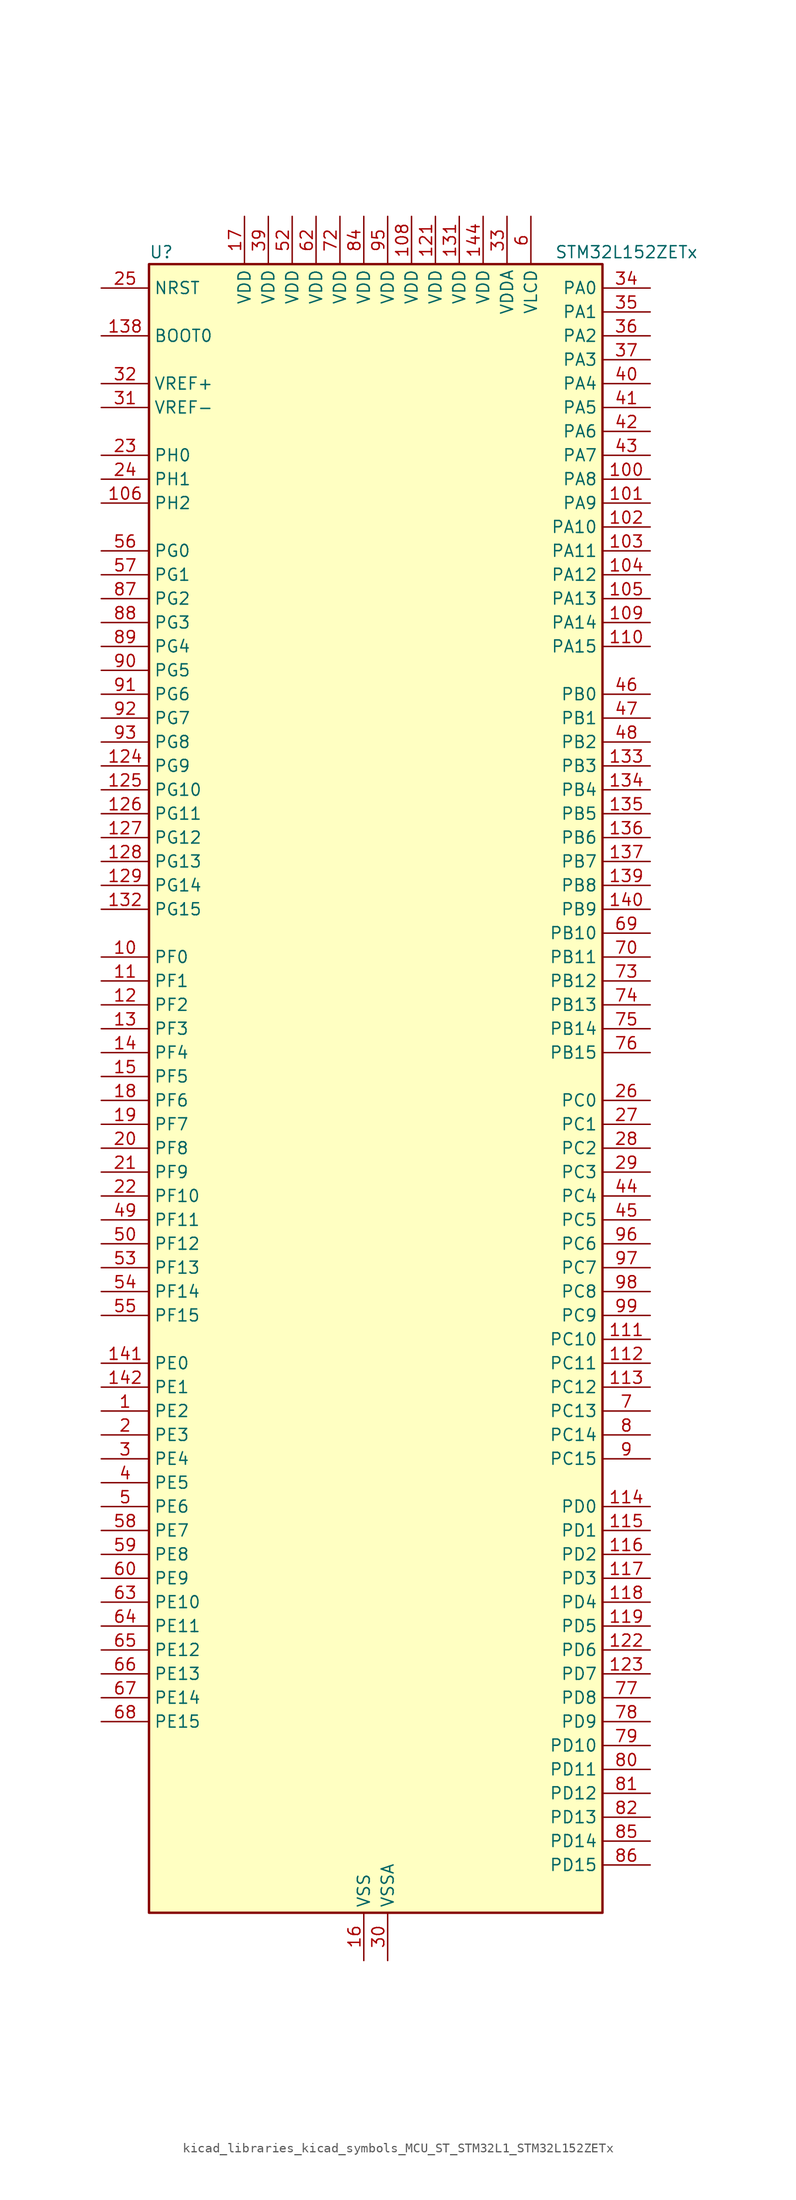
<source format=kicad_sym>
(kicad_symbol_lib
  (version 20220914)
  (generator kicad_symbol_editor)
  (symbol "kicad_libraries_kicad_symbols_MCU_ST_STM32L1_STM32L152ZETx"
    (property "Reference" "U"
      (at -22.86 90.17 0)
      (effects (font (size 1.27 1.27)) (justify left)))
    (property "Value" "STM32L152ZETx"
      (at 20.32 90.17 0)
      (effects (font (size 1.27 1.27)) (justify left)))
    (property "ki_locked" ""
      (at 0 0 0)
      (effects (font (size 1.27 1.27))))
    (symbol "kicad_libraries_kicad_symbols_MCU_ST_STM32L1_STM32L152ZETx_0_1"
      (rectangle (start -22.86 -86.36) (end 25.4 88.9) (stroke (width 0.254) (type default)) (fill (type background))))
    (symbol "kicad_libraries_kicad_symbols_MCU_ST_STM32L1_STM32L152ZETx_1_1"
      (pin bidirectional line (at -27.94 -33.02 0) (length 5.08) (name "PE2" (effects (font (size 1.27 1.27)))) (number "1" (effects (font (size 1.27 1.27)))) (alternate "LCD_SEG38" bidirectional line) (alternate "SYS_TRACECK" bidirectional line) (alternate "TIM3_ETR" bidirectional line) (alternate "TIMX_IC3" bidirectional line))
      (pin bidirectional line (at -27.94 15.24 0) (length 5.08) (name "PF0" (effects (font (size 1.27 1.27)))) (number "10" (effects (font (size 1.27 1.27)))))
      (pin bidirectional line (at 30.48 66.04 180) (length 5.08) (name "PA8" (effects (font (size 1.27 1.27)))) (number "100" (effects (font (size 1.27 1.27)))) (alternate "LCD_COM0" bidirectional line) (alternate "RCC_MCO" bidirectional line) (alternate "TIMX_IC1" bidirectional line) (alternate "TS_G4_IO1" bidirectional line) (alternate "USART1_CK" bidirectional line))
      (pin bidirectional line (at 30.48 63.5 180) (length 5.08) (name "PA9" (effects (font (size 1.27 1.27)))) (number "101" (effects (font (size 1.27 1.27)))) (alternate "DAC_EXTI9" bidirectional line) (alternate "LCD_COM1" bidirectional line) (alternate "TIMX_IC2" bidirectional line) (alternate "TS_G4_IO2" bidirectional line) (alternate "USART1_TX" bidirectional line))
      (pin bidirectional line (at 30.48 60.96 180) (length 5.08) (name "PA10" (effects (font (size 1.27 1.27)))) (number "102" (effects (font (size 1.27 1.27)))) (alternate "LCD_COM2" bidirectional line) (alternate "TIMX_IC3" bidirectional line) (alternate "TS_G4_IO3" bidirectional line) (alternate "USART1_RX" bidirectional line))
      (pin bidirectional line (at 30.48 58.42 180) (length 5.08) (name "PA11" (effects (font (size 1.27 1.27)))) (number "103" (effects (font (size 1.27 1.27)))) (alternate "ADC_EXTI11" bidirectional line) (alternate "SPI1_MISO" bidirectional line) (alternate "TIMX_IC4" bidirectional line) (alternate "USART1_CTS" bidirectional line) (alternate "USB_DM" bidirectional line))
      (pin bidirectional line (at 30.48 55.88 180) (length 5.08) (name "PA12" (effects (font (size 1.27 1.27)))) (number "104" (effects (font (size 1.27 1.27)))) (alternate "SPI1_MOSI" bidirectional line) (alternate "TIMX_IC1" bidirectional line) (alternate "USART1_RTS" bidirectional line) (alternate "USB_DP" bidirectional line))
      (pin bidirectional line (at 30.48 53.34 180) (length 5.08) (name "PA13" (effects (font (size 1.27 1.27)))) (number "105" (effects (font (size 1.27 1.27)))) (alternate "SYS_JTMS-SWDIO" bidirectional line) (alternate "TIMX_IC2" bidirectional line) (alternate "TS_G5_IO1" bidirectional line))
      (pin bidirectional line (at -27.94 63.5 0) (length 5.08) (name "PH2" (effects (font (size 1.27 1.27)))) (number "106" (effects (font (size 1.27 1.27)))))
      (pin passive line (at 0 -91.44 90) (length 5.08) hide (name "VSS" (effects (font (size 1.27 1.27)))) (number "107" (effects (font (size 1.27 1.27)))))
      (pin power_in line (at 5.08 93.98 270) (length 5.08) (name "VDD" (effects (font (size 1.27 1.27)))) (number "108" (effects (font (size 1.27 1.27)))))
      (pin bidirectional line (at 30.48 50.8 180) (length 5.08) (name "PA14" (effects (font (size 1.27 1.27)))) (number "109" (effects (font (size 1.27 1.27)))) (alternate "SYS_JTCK-SWCLK" bidirectional line) (alternate "TIMX_IC3" bidirectional line) (alternate "TS_G5_IO2" bidirectional line))
      (pin bidirectional line (at -27.94 12.7 0) (length 5.08) (name "PF1" (effects (font (size 1.27 1.27)))) (number "11" (effects (font (size 1.27 1.27)))))
      (pin bidirectional line (at 30.48 48.26 180) (length 5.08) (name "PA15" (effects (font (size 1.27 1.27)))) (number "110" (effects (font (size 1.27 1.27)))) (alternate "ADC_EXTI15" bidirectional line) (alternate "I2S3_WS" bidirectional line) (alternate "LCD_SEG17" bidirectional line) (alternate "SPI1_NSS" bidirectional line) (alternate "SPI3_NSS" bidirectional line) (alternate "SYS_JTDI" bidirectional line) (alternate "TIM2_CH1" bidirectional line) (alternate "TIM2_ETR" bidirectional line) (alternate "TIMX_IC4" bidirectional line) (alternate "TS_G5_IO3" bidirectional line))
      (pin bidirectional line (at 30.48 -25.4 180) (length 5.08) (name "PC10" (effects (font (size 1.27 1.27)))) (number "111" (effects (font (size 1.27 1.27)))) (alternate "I2S3_CK" bidirectional line) (alternate "LCD_COM4" bidirectional line) (alternate "LCD_SEG28" bidirectional line) (alternate "LCD_SEG40" bidirectional line) (alternate "SPI3_SCK" bidirectional line) (alternate "TIMX_IC3" bidirectional line) (alternate "UART4_TX" bidirectional line) (alternate "USART3_TX" bidirectional line))
      (pin bidirectional line (at 30.48 -27.94 180) (length 5.08) (name "PC11" (effects (font (size 1.27 1.27)))) (number "112" (effects (font (size 1.27 1.27)))) (alternate "ADC_EXTI11" bidirectional line) (alternate "LCD_COM5" bidirectional line) (alternate "LCD_SEG29" bidirectional line) (alternate "LCD_SEG41" bidirectional line) (alternate "SPI3_MISO" bidirectional line) (alternate "TIMX_IC4" bidirectional line) (alternate "UART4_RX" bidirectional line) (alternate "USART3_RX" bidirectional line))
      (pin bidirectional line (at 30.48 -30.48 180) (length 5.08) (name "PC12" (effects (font (size 1.27 1.27)))) (number "113" (effects (font (size 1.27 1.27)))) (alternate "I2S3_SD" bidirectional line) (alternate "LCD_COM6" bidirectional line) (alternate "LCD_SEG30" bidirectional line) (alternate "LCD_SEG42" bidirectional line) (alternate "SPI3_MOSI" bidirectional line) (alternate "TIMX_IC1" bidirectional line) (alternate "UART5_TX" bidirectional line) (alternate "USART3_CK" bidirectional line))
      (pin bidirectional line (at 30.48 -43.18 180) (length 5.08) (name "PD0" (effects (font (size 1.27 1.27)))) (number "114" (effects (font (size 1.27 1.27)))) (alternate "I2S2_WS" bidirectional line) (alternate "SPI2_NSS" bidirectional line) (alternate "TIM9_CH1" bidirectional line) (alternate "TIMX_IC1" bidirectional line))
      (pin bidirectional line (at 30.48 -45.72 180) (length 5.08) (name "PD1" (effects (font (size 1.27 1.27)))) (number "115" (effects (font (size 1.27 1.27)))) (alternate "I2S2_CK" bidirectional line) (alternate "SPI2_SCK" bidirectional line) (alternate "TIMX_IC2" bidirectional line))
      (pin bidirectional line (at 30.48 -48.26 180) (length 5.08) (name "PD2" (effects (font (size 1.27 1.27)))) (number "116" (effects (font (size 1.27 1.27)))) (alternate "LCD_COM7" bidirectional line) (alternate "LCD_SEG31" bidirectional line) (alternate "LCD_SEG43" bidirectional line) (alternate "TIM3_ETR" bidirectional line) (alternate "TIMX_IC3" bidirectional line) (alternate "UART5_RX" bidirectional line))
      (pin bidirectional line (at 30.48 -50.8 180) (length 5.08) (name "PD3" (effects (font (size 1.27 1.27)))) (number "117" (effects (font (size 1.27 1.27)))) (alternate "SPI2_MISO" bidirectional line) (alternate "TIMX_IC4" bidirectional line) (alternate "USART2_CTS" bidirectional line))
      (pin bidirectional line (at 30.48 -53.34 180) (length 5.08) (name "PD4" (effects (font (size 1.27 1.27)))) (number "118" (effects (font (size 1.27 1.27)))) (alternate "I2S2_SD" bidirectional line) (alternate "SPI2_MOSI" bidirectional line) (alternate "TIMX_IC1" bidirectional line) (alternate "USART2_RTS" bidirectional line))
      (pin bidirectional line (at 30.48 -55.88 180) (length 5.08) (name "PD5" (effects (font (size 1.27 1.27)))) (number "119" (effects (font (size 1.27 1.27)))) (alternate "TIMX_IC2" bidirectional line) (alternate "USART2_TX" bidirectional line))
      (pin bidirectional line (at -27.94 10.16 0) (length 5.08) (name "PF2" (effects (font (size 1.27 1.27)))) (number "12" (effects (font (size 1.27 1.27)))))
      (pin passive line (at 0 -91.44 90) (length 5.08) hide (name "VSS" (effects (font (size 1.27 1.27)))) (number "120" (effects (font (size 1.27 1.27)))))
      (pin power_in line (at 7.62 93.98 270) (length 5.08) (name "VDD" (effects (font (size 1.27 1.27)))) (number "121" (effects (font (size 1.27 1.27)))))
      (pin bidirectional line (at 30.48 -58.42 180) (length 5.08) (name "PD6" (effects (font (size 1.27 1.27)))) (number "122" (effects (font (size 1.27 1.27)))) (alternate "TIMX_IC3" bidirectional line) (alternate "USART2_RX" bidirectional line))
      (pin bidirectional line (at 30.48 -60.96 180) (length 5.08) (name "PD7" (effects (font (size 1.27 1.27)))) (number "123" (effects (font (size 1.27 1.27)))) (alternate "TIM9_CH2" bidirectional line) (alternate "TIMX_IC4" bidirectional line) (alternate "USART2_CK" bidirectional line))
      (pin bidirectional line (at -27.94 35.56 0) (length 5.08) (name "PG9" (effects (font (size 1.27 1.27)))) (number "124" (effects (font (size 1.27 1.27)))) (alternate "DAC_EXTI9" bidirectional line))
      (pin bidirectional line (at -27.94 33.02 0) (length 5.08) (name "PG10" (effects (font (size 1.27 1.27)))) (number "125" (effects (font (size 1.27 1.27)))))
      (pin bidirectional line (at -27.94 30.48 0) (length 5.08) (name "PG11" (effects (font (size 1.27 1.27)))) (number "126" (effects (font (size 1.27 1.27)))) (alternate "ADC_EXTI11" bidirectional line))
      (pin bidirectional line (at -27.94 27.94 0) (length 5.08) (name "PG12" (effects (font (size 1.27 1.27)))) (number "127" (effects (font (size 1.27 1.27)))))
      (pin bidirectional line (at -27.94 25.4 0) (length 5.08) (name "PG13" (effects (font (size 1.27 1.27)))) (number "128" (effects (font (size 1.27 1.27)))))
      (pin bidirectional line (at -27.94 22.86 0) (length 5.08) (name "PG14" (effects (font (size 1.27 1.27)))) (number "129" (effects (font (size 1.27 1.27)))))
      (pin bidirectional line (at -27.94 7.62 0) (length 5.08) (name "PF3" (effects (font (size 1.27 1.27)))) (number "13" (effects (font (size 1.27 1.27)))))
      (pin passive line (at 0 -91.44 90) (length 5.08) hide (name "VSS" (effects (font (size 1.27 1.27)))) (number "130" (effects (font (size 1.27 1.27)))))
      (pin power_in line (at 10.16 93.98 270) (length 5.08) (name "VDD" (effects (font (size 1.27 1.27)))) (number "131" (effects (font (size 1.27 1.27)))))
      (pin bidirectional line (at -27.94 20.32 0) (length 5.08) (name "PG15" (effects (font (size 1.27 1.27)))) (number "132" (effects (font (size 1.27 1.27)))) (alternate "ADC_EXTI15" bidirectional line))
      (pin bidirectional line (at 30.48 35.56 180) (length 5.08) (name "PB3" (effects (font (size 1.27 1.27)))) (number "133" (effects (font (size 1.27 1.27)))) (alternate "COMP2_INM" bidirectional line) (alternate "I2S3_CK" bidirectional line) (alternate "LCD_SEG7" bidirectional line) (alternate "SPI1_SCK" bidirectional line) (alternate "SPI3_SCK" bidirectional line) (alternate "SYS_JTDO-TRACESWO" bidirectional line) (alternate "TIM2_CH2" bidirectional line))
      (pin bidirectional line (at 30.48 33.02 180) (length 5.08) (name "PB4" (effects (font (size 1.27 1.27)))) (number "134" (effects (font (size 1.27 1.27)))) (alternate "COMP2_INP" bidirectional line) (alternate "LCD_SEG8" bidirectional line) (alternate "SPI1_MISO" bidirectional line) (alternate "SPI3_MISO" bidirectional line) (alternate "SYS_JTRST" bidirectional line) (alternate "TIM3_CH1" bidirectional line) (alternate "TS_G6_IO1" bidirectional line))
      (pin bidirectional line (at 30.48 30.48 180) (length 5.08) (name "PB5" (effects (font (size 1.27 1.27)))) (number "135" (effects (font (size 1.27 1.27)))) (alternate "COMP2_INP" bidirectional line) (alternate "I2C1_SMBA" bidirectional line) (alternate "I2S3_SD" bidirectional line) (alternate "LCD_SEG9" bidirectional line) (alternate "SPI1_MOSI" bidirectional line) (alternate "SPI3_MOSI" bidirectional line) (alternate "TIM3_CH2" bidirectional line) (alternate "TS_G6_IO2" bidirectional line))
      (pin bidirectional line (at 30.48 27.94 180) (length 5.08) (name "PB6" (effects (font (size 1.27 1.27)))) (number "136" (effects (font (size 1.27 1.27)))) (alternate "COMP2_INP" bidirectional line) (alternate "I2C1_SCL" bidirectional line) (alternate "TIM4_CH1" bidirectional line) (alternate "TS_G6_IO3" bidirectional line) (alternate "USART1_TX" bidirectional line))
      (pin bidirectional line (at 30.48 25.4 180) (length 5.08) (name "PB7" (effects (font (size 1.27 1.27)))) (number "137" (effects (font (size 1.27 1.27)))) (alternate "COMP2_INP" bidirectional line) (alternate "I2C1_SDA" bidirectional line) (alternate "SYS_PVD_IN" bidirectional line) (alternate "TIM4_CH2" bidirectional line) (alternate "TS_G6_IO4" bidirectional line) (alternate "USART1_RX" bidirectional line))
      (pin input line (at -27.94 81.28 0) (length 5.08) (name "BOOT0" (effects (font (size 1.27 1.27)))) (number "138" (effects (font (size 1.27 1.27)))))
      (pin bidirectional line (at 30.48 22.86 180) (length 5.08) (name "PB8" (effects (font (size 1.27 1.27)))) (number "139" (effects (font (size 1.27 1.27)))) (alternate "I2C1_SCL" bidirectional line) (alternate "LCD_SEG16" bidirectional line) (alternate "TIM10_CH1" bidirectional line) (alternate "TIM4_CH3" bidirectional line))
      (pin bidirectional line (at -27.94 5.08 0) (length 5.08) (name "PF4" (effects (font (size 1.27 1.27)))) (number "14" (effects (font (size 1.27 1.27)))))
      (pin bidirectional line (at 30.48 20.32 180) (length 5.08) (name "PB9" (effects (font (size 1.27 1.27)))) (number "140" (effects (font (size 1.27 1.27)))) (alternate "DAC_EXTI9" bidirectional line) (alternate "I2C1_SDA" bidirectional line) (alternate "LCD_COM3" bidirectional line) (alternate "TIM11_CH1" bidirectional line) (alternate "TIM4_CH4" bidirectional line))
      (pin bidirectional line (at -27.94 -27.94 0) (length 5.08) (name "PE0" (effects (font (size 1.27 1.27)))) (number "141" (effects (font (size 1.27 1.27)))) (alternate "LCD_SEG36" bidirectional line) (alternate "TIM10_CH1" bidirectional line) (alternate "TIM4_ETR" bidirectional line) (alternate "TIMX_IC1" bidirectional line))
      (pin bidirectional line (at -27.94 -30.48 0) (length 5.08) (name "PE1" (effects (font (size 1.27 1.27)))) (number "142" (effects (font (size 1.27 1.27)))) (alternate "LCD_SEG37" bidirectional line) (alternate "TIM11_CH1" bidirectional line) (alternate "TIMX_IC2" bidirectional line))
      (pin passive line (at 0 -91.44 90) (length 5.08) hide (name "VSS" (effects (font (size 1.27 1.27)))) (number "143" (effects (font (size 1.27 1.27)))))
      (pin power_in line (at 12.7 93.98 270) (length 5.08) (name "VDD" (effects (font (size 1.27 1.27)))) (number "144" (effects (font (size 1.27 1.27)))))
      (pin bidirectional line (at -27.94 2.54 0) (length 5.08) (name "PF5" (effects (font (size 1.27 1.27)))) (number "15" (effects (font (size 1.27 1.27)))))
      (pin power_in line (at 0 -91.44 90) (length 5.08) (name "VSS" (effects (font (size 1.27 1.27)))) (number "16" (effects (font (size 1.27 1.27)))))
      (pin power_in line (at -12.7 93.98 270) (length 5.08) (name "VDD" (effects (font (size 1.27 1.27)))) (number "17" (effects (font (size 1.27 1.27)))))
      (pin bidirectional line (at -27.94 0 0) (length 5.08) (name "PF6" (effects (font (size 1.27 1.27)))) (number "18" (effects (font (size 1.27 1.27)))) (alternate "ADC_IN27" bidirectional line) (alternate "TIM5_CH1" bidirectional line) (alternate "TIM5_ETR" bidirectional line) (alternate "TS_G11_IO1" bidirectional line))
      (pin bidirectional line (at -27.94 -2.54 0) (length 5.08) (name "PF7" (effects (font (size 1.27 1.27)))) (number "19" (effects (font (size 1.27 1.27)))) (alternate "ADC_IN28" bidirectional line) (alternate "COMP1_INP" bidirectional line) (alternate "TIM5_CH2" bidirectional line) (alternate "TS_G11_IO2" bidirectional line))
      (pin bidirectional line (at -27.94 -35.56 0) (length 5.08) (name "PE3" (effects (font (size 1.27 1.27)))) (number "2" (effects (font (size 1.27 1.27)))) (alternate "LCD_SEG39" bidirectional line) (alternate "SYS_TRACED0" bidirectional line) (alternate "TIM3_CH1" bidirectional line) (alternate "TIMX_IC4" bidirectional line))
      (pin bidirectional line (at -27.94 -5.08 0) (length 5.08) (name "PF8" (effects (font (size 1.27 1.27)))) (number "20" (effects (font (size 1.27 1.27)))) (alternate "ADC_IN29" bidirectional line) (alternate "COMP1_INP" bidirectional line) (alternate "TIM5_CH3" bidirectional line) (alternate "TS_G11_IO3" bidirectional line))
      (pin bidirectional line (at -27.94 -7.62 0) (length 5.08) (name "PF9" (effects (font (size 1.27 1.27)))) (number "21" (effects (font (size 1.27 1.27)))) (alternate "ADC_IN30" bidirectional line) (alternate "COMP1_INP" bidirectional line) (alternate "DAC_EXTI9" bidirectional line) (alternate "TIM5_CH4" bidirectional line) (alternate "TS_G11_IO4" bidirectional line))
      (pin bidirectional line (at -27.94 -10.16 0) (length 5.08) (name "PF10" (effects (font (size 1.27 1.27)))) (number "22" (effects (font (size 1.27 1.27)))) (alternate "ADC_IN31" bidirectional line) (alternate "COMP1_INP" bidirectional line) (alternate "TS_G11_IO5" bidirectional line))
      (pin bidirectional line (at -27.94 68.58 0) (length 5.08) (name "PH0" (effects (font (size 1.27 1.27)))) (number "23" (effects (font (size 1.27 1.27)))) (alternate "RCC_OSC_IN" bidirectional line))
      (pin bidirectional line (at -27.94 66.04 0) (length 5.08) (name "PH1" (effects (font (size 1.27 1.27)))) (number "24" (effects (font (size 1.27 1.27)))) (alternate "RCC_OSC_OUT" bidirectional line))
      (pin input line (at -27.94 86.36 0) (length 5.08) (name "NRST" (effects (font (size 1.27 1.27)))) (number "25" (effects (font (size 1.27 1.27)))))
      (pin bidirectional line (at 30.48 0 180) (length 5.08) (name "PC0" (effects (font (size 1.27 1.27)))) (number "26" (effects (font (size 1.27 1.27)))) (alternate "ADC_IN10" bidirectional line) (alternate "COMP1_INP" bidirectional line) (alternate "LCD_SEG18" bidirectional line) (alternate "TIMX_IC1" bidirectional line) (alternate "TS_G8_IO1" bidirectional line))
      (pin bidirectional line (at 30.48 -2.54 180) (length 5.08) (name "PC1" (effects (font (size 1.27 1.27)))) (number "27" (effects (font (size 1.27 1.27)))) (alternate "ADC_IN11" bidirectional line) (alternate "COMP1_INP" bidirectional line) (alternate "LCD_SEG19" bidirectional line) (alternate "TIMX_IC2" bidirectional line) (alternate "TS_G8_IO2" bidirectional line))
      (pin bidirectional line (at 30.48 -5.08 180) (length 5.08) (name "PC2" (effects (font (size 1.27 1.27)))) (number "28" (effects (font (size 1.27 1.27)))) (alternate "ADC_IN12" bidirectional line) (alternate "COMP1_INP" bidirectional line) (alternate "LCD_SEG20" bidirectional line) (alternate "TIMX_IC3" bidirectional line) (alternate "TS_G8_IO3" bidirectional line))
      (pin bidirectional line (at 30.48 -7.62 180) (length 5.08) (name "PC3" (effects (font (size 1.27 1.27)))) (number "29" (effects (font (size 1.27 1.27)))) (alternate "ADC_IN13" bidirectional line) (alternate "COMP1_INP" bidirectional line) (alternate "LCD_SEG21" bidirectional line) (alternate "TIMX_IC4" bidirectional line) (alternate "TS_G8_IO4" bidirectional line))
      (pin bidirectional line (at -27.94 -38.1 0) (length 5.08) (name "PE4" (effects (font (size 1.27 1.27)))) (number "3" (effects (font (size 1.27 1.27)))) (alternate "SYS_TRACED1" bidirectional line) (alternate "TIM3_CH2" bidirectional line) (alternate "TIMX_IC1" bidirectional line))
      (pin power_in line (at 2.54 -91.44 90) (length 5.08) (name "VSSA" (effects (font (size 1.27 1.27)))) (number "30" (effects (font (size 1.27 1.27)))))
      (pin input line (at -27.94 73.66 0) (length 5.08) (name "VREF-" (effects (font (size 1.27 1.27)))) (number "31" (effects (font (size 1.27 1.27)))))
      (pin input line (at -27.94 76.2 0) (length 5.08) (name "VREF+" (effects (font (size 1.27 1.27)))) (number "32" (effects (font (size 1.27 1.27)))))
      (pin power_in line (at 15.24 93.98 270) (length 5.08) (name "VDDA" (effects (font (size 1.27 1.27)))) (number "33" (effects (font (size 1.27 1.27)))))
      (pin bidirectional line (at 30.48 86.36 180) (length 5.08) (name "PA0" (effects (font (size 1.27 1.27)))) (number "34" (effects (font (size 1.27 1.27)))) (alternate "ADC_IN0" bidirectional line) (alternate "COMP1_INP" bidirectional line) (alternate "RTC_TAMP2" bidirectional line) (alternate "SYS_WKUP1" bidirectional line) (alternate "TIM2_CH1" bidirectional line) (alternate "TIM2_ETR" bidirectional line) (alternate "TIM5_CH1" bidirectional line) (alternate "TIMX_IC1" bidirectional line) (alternate "TS_G1_IO1" bidirectional line) (alternate "USART2_CTS" bidirectional line))
      (pin bidirectional line (at 30.48 83.82 180) (length 5.08) (name "PA1" (effects (font (size 1.27 1.27)))) (number "35" (effects (font (size 1.27 1.27)))) (alternate "ADC_IN1" bidirectional line) (alternate "COMP1_INP" bidirectional line) (alternate "LCD_SEG0" bidirectional line) (alternate "OPAMP1_VINP" bidirectional line) (alternate "TIM2_CH2" bidirectional line) (alternate "TIM5_CH2" bidirectional line) (alternate "TIMX_IC2" bidirectional line) (alternate "TS_G1_IO2" bidirectional line) (alternate "USART2_RTS" bidirectional line))
      (pin bidirectional line (at 30.48 81.28 180) (length 5.08) (name "PA2" (effects (font (size 1.27 1.27)))) (number "36" (effects (font (size 1.27 1.27)))) (alternate "ADC_IN2" bidirectional line) (alternate "COMP1_INP" bidirectional line) (alternate "LCD_SEG1" bidirectional line) (alternate "OPAMP1_VINM" bidirectional line) (alternate "TIM2_CH3" bidirectional line) (alternate "TIM5_CH3" bidirectional line) (alternate "TIM9_CH1" bidirectional line) (alternate "TIMX_IC3" bidirectional line) (alternate "TS_G1_IO3" bidirectional line) (alternate "USART2_TX" bidirectional line))
      (pin bidirectional line (at 30.48 78.74 180) (length 5.08) (name "PA3" (effects (font (size 1.27 1.27)))) (number "37" (effects (font (size 1.27 1.27)))) (alternate "ADC_IN3" bidirectional line) (alternate "COMP1_INP" bidirectional line) (alternate "LCD_SEG2" bidirectional line) (alternate "OPAMP1_VOUT" bidirectional line) (alternate "TIM2_CH4" bidirectional line) (alternate "TIM5_CH4" bidirectional line) (alternate "TIM9_CH2" bidirectional line) (alternate "TIMX_IC4" bidirectional line) (alternate "TS_G1_IO4" bidirectional line) (alternate "USART2_RX" bidirectional line))
      (pin passive line (at 0 -91.44 90) (length 5.08) hide (name "VSS" (effects (font (size 1.27 1.27)))) (number "38" (effects (font (size 1.27 1.27)))))
      (pin power_in line (at -10.16 93.98 270) (length 5.08) (name "VDD" (effects (font (size 1.27 1.27)))) (number "39" (effects (font (size 1.27 1.27)))))
      (pin bidirectional line (at -27.94 -40.64 0) (length 5.08) (name "PE5" (effects (font (size 1.27 1.27)))) (number "4" (effects (font (size 1.27 1.27)))) (alternate "SYS_TRACED2" bidirectional line) (alternate "TIM9_CH1" bidirectional line) (alternate "TIMX_IC2" bidirectional line))
      (pin bidirectional line (at 30.48 76.2 180) (length 5.08) (name "PA4" (effects (font (size 1.27 1.27)))) (number "40" (effects (font (size 1.27 1.27)))) (alternate "ADC_IN4" bidirectional line) (alternate "COMP1_INP" bidirectional line) (alternate "DAC_OUT1" bidirectional line) (alternate "I2S3_WS" bidirectional line) (alternate "SPI1_NSS" bidirectional line) (alternate "SPI3_NSS" bidirectional line) (alternate "TIMX_IC1" bidirectional line) (alternate "USART2_CK" bidirectional line))
      (pin bidirectional line (at 30.48 73.66 180) (length 5.08) (name "PA5" (effects (font (size 1.27 1.27)))) (number "41" (effects (font (size 1.27 1.27)))) (alternate "ADC_IN5" bidirectional line) (alternate "COMP1_INP" bidirectional line) (alternate "DAC_OUT2" bidirectional line) (alternate "SPI1_SCK" bidirectional line) (alternate "TIM2_CH1" bidirectional line) (alternate "TIM2_ETR" bidirectional line) (alternate "TIMX_IC2" bidirectional line))
      (pin bidirectional line (at 30.48 71.12 180) (length 5.08) (name "PA6" (effects (font (size 1.27 1.27)))) (number "42" (effects (font (size 1.27 1.27)))) (alternate "ADC_IN6" bidirectional line) (alternate "COMP1_INP" bidirectional line) (alternate "LCD_SEG3" bidirectional line) (alternate "OPAMP2_VINP" bidirectional line) (alternate "SPI1_MISO" bidirectional line) (alternate "TIM10_CH1" bidirectional line) (alternate "TIM3_CH1" bidirectional line) (alternate "TIMX_IC3" bidirectional line) (alternate "TS_G2_IO1" bidirectional line))
      (pin bidirectional line (at 30.48 68.58 180) (length 5.08) (name "PA7" (effects (font (size 1.27 1.27)))) (number "43" (effects (font (size 1.27 1.27)))) (alternate "ADC_IN7" bidirectional line) (alternate "COMP1_INP" bidirectional line) (alternate "LCD_SEG4" bidirectional line) (alternate "OPAMP2_VINM" bidirectional line) (alternate "SPI1_MOSI" bidirectional line) (alternate "TIM11_CH1" bidirectional line) (alternate "TIM3_CH2" bidirectional line) (alternate "TIMX_IC4" bidirectional line) (alternate "TS_G2_IO2" bidirectional line))
      (pin bidirectional line (at 30.48 -10.16 180) (length 5.08) (name "PC4" (effects (font (size 1.27 1.27)))) (number "44" (effects (font (size 1.27 1.27)))) (alternate "ADC_IN14" bidirectional line) (alternate "COMP1_INP" bidirectional line) (alternate "LCD_SEG22" bidirectional line) (alternate "TIMX_IC1" bidirectional line) (alternate "TS_G9_IO1" bidirectional line))
      (pin bidirectional line (at 30.48 -12.7 180) (length 5.08) (name "PC5" (effects (font (size 1.27 1.27)))) (number "45" (effects (font (size 1.27 1.27)))) (alternate "ADC_IN15" bidirectional line) (alternate "COMP1_INP" bidirectional line) (alternate "LCD_SEG23" bidirectional line) (alternate "TIMX_IC2" bidirectional line) (alternate "TS_G9_IO2" bidirectional line))
      (pin bidirectional line (at 30.48 43.18 180) (length 5.08) (name "PB0" (effects (font (size 1.27 1.27)))) (number "46" (effects (font (size 1.27 1.27)))) (alternate "ADC_IN8" bidirectional line) (alternate "COMP1_INP" bidirectional line) (alternate "LCD_SEG5" bidirectional line) (alternate "OPAMP2_VOUT" bidirectional line) (alternate "SYS_V_REF_OUT" bidirectional line) (alternate "TIM3_CH3" bidirectional line) (alternate "TS_G3_IO1" bidirectional line))
      (pin bidirectional line (at 30.48 40.64 180) (length 5.08) (name "PB1" (effects (font (size 1.27 1.27)))) (number "47" (effects (font (size 1.27 1.27)))) (alternate "ADC_IN9" bidirectional line) (alternate "COMP1_INP" bidirectional line) (alternate "LCD_SEG6" bidirectional line) (alternate "SYS_V_REF_OUT" bidirectional line) (alternate "TIM3_CH4" bidirectional line) (alternate "TS_G3_IO2" bidirectional line))
      (pin bidirectional line (at 30.48 38.1 180) (length 5.08) (name "PB2" (effects (font (size 1.27 1.27)))) (number "48" (effects (font (size 1.27 1.27)))) (alternate "ADC_IN0b" bidirectional line) (alternate "TS_G3_IO3" bidirectional line))
      (pin bidirectional line (at -27.94 -12.7 0) (length 5.08) (name "PF11" (effects (font (size 1.27 1.27)))) (number "49" (effects (font (size 1.27 1.27)))) (alternate "ADC_EXTI11" bidirectional line) (alternate "ADC_IN1b" bidirectional line) (alternate "TS_G3_IO4" bidirectional line))
      (pin bidirectional line (at -27.94 -43.18 0) (length 5.08) (name "PE6" (effects (font (size 1.27 1.27)))) (number "5" (effects (font (size 1.27 1.27)))) (alternate "RTC_TAMP3" bidirectional line) (alternate "SYS_TRACED3" bidirectional line) (alternate "SYS_WKUP3" bidirectional line) (alternate "TIM9_CH2" bidirectional line) (alternate "TIMX_IC3" bidirectional line))
      (pin bidirectional line (at -27.94 -15.24 0) (length 5.08) (name "PF12" (effects (font (size 1.27 1.27)))) (number "50" (effects (font (size 1.27 1.27)))) (alternate "ADC_IN2b" bidirectional line) (alternate "TS_G3_IO5" bidirectional line))
      (pin passive line (at 0 -91.44 90) (length 5.08) hide (name "VSS" (effects (font (size 1.27 1.27)))) (number "51" (effects (font (size 1.27 1.27)))))
      (pin power_in line (at -7.62 93.98 270) (length 5.08) (name "VDD" (effects (font (size 1.27 1.27)))) (number "52" (effects (font (size 1.27 1.27)))))
      (pin bidirectional line (at -27.94 -17.78 0) (length 5.08) (name "PF13" (effects (font (size 1.27 1.27)))) (number "53" (effects (font (size 1.27 1.27)))) (alternate "ADC_IN3b" bidirectional line) (alternate "TS_G9_IO3" bidirectional line))
      (pin bidirectional line (at -27.94 -20.32 0) (length 5.08) (name "PF14" (effects (font (size 1.27 1.27)))) (number "54" (effects (font (size 1.27 1.27)))) (alternate "ADC_IN6b" bidirectional line) (alternate "TS_G9_IO4" bidirectional line))
      (pin bidirectional line (at -27.94 -22.86 0) (length 5.08) (name "PF15" (effects (font (size 1.27 1.27)))) (number "55" (effects (font (size 1.27 1.27)))) (alternate "ADC_EXTI15" bidirectional line) (alternate "ADC_IN7b" bidirectional line) (alternate "TS_G2_IO3" bidirectional line))
      (pin bidirectional line (at -27.94 58.42 0) (length 5.08) (name "PG0" (effects (font (size 1.27 1.27)))) (number "56" (effects (font (size 1.27 1.27)))) (alternate "ADC_IN8b" bidirectional line) (alternate "TS_G2_IO4" bidirectional line))
      (pin bidirectional line (at -27.94 55.88 0) (length 5.08) (name "PG1" (effects (font (size 1.27 1.27)))) (number "57" (effects (font (size 1.27 1.27)))) (alternate "ADC_IN9b" bidirectional line) (alternate "TS_G2_IO5" bidirectional line))
      (pin bidirectional line (at -27.94 -45.72 0) (length 5.08) (name "PE7" (effects (font (size 1.27 1.27)))) (number "58" (effects (font (size 1.27 1.27)))) (alternate "ADC_IN22" bidirectional line) (alternate "COMP1_INP" bidirectional line) (alternate "TIMX_IC4" bidirectional line))
      (pin bidirectional line (at -27.94 -48.26 0) (length 5.08) (name "PE8" (effects (font (size 1.27 1.27)))) (number "59" (effects (font (size 1.27 1.27)))) (alternate "ADC_IN23" bidirectional line) (alternate "COMP1_INP" bidirectional line) (alternate "TIMX_IC1" bidirectional line))
      (pin power_in line (at 17.78 93.98 270) (length 5.08) (name "VLCD" (effects (font (size 1.27 1.27)))) (number "6" (effects (font (size 1.27 1.27)))))
      (pin bidirectional line (at -27.94 -50.8 0) (length 5.08) (name "PE9" (effects (font (size 1.27 1.27)))) (number "60" (effects (font (size 1.27 1.27)))) (alternate "ADC_IN24" bidirectional line) (alternate "COMP1_INP" bidirectional line) (alternate "DAC_EXTI9" bidirectional line) (alternate "TIM2_CH1" bidirectional line) (alternate "TIM2_ETR" bidirectional line) (alternate "TIMX_IC2" bidirectional line))
      (pin passive line (at 0 -91.44 90) (length 5.08) hide (name "VSS" (effects (font (size 1.27 1.27)))) (number "61" (effects (font (size 1.27 1.27)))))
      (pin power_in line (at -5.08 93.98 270) (length 5.08) (name "VDD" (effects (font (size 1.27 1.27)))) (number "62" (effects (font (size 1.27 1.27)))))
      (pin bidirectional line (at -27.94 -53.34 0) (length 5.08) (name "PE10" (effects (font (size 1.27 1.27)))) (number "63" (effects (font (size 1.27 1.27)))) (alternate "ADC_IN25" bidirectional line) (alternate "COMP1_INP" bidirectional line) (alternate "TIM2_CH2" bidirectional line) (alternate "TIMX_IC3" bidirectional line))
      (pin bidirectional line (at -27.94 -55.88 0) (length 5.08) (name "PE11" (effects (font (size 1.27 1.27)))) (number "64" (effects (font (size 1.27 1.27)))) (alternate "ADC_EXTI11" bidirectional line) (alternate "TIM2_CH3" bidirectional line) (alternate "TIMX_IC4" bidirectional line))
      (pin bidirectional line (at -27.94 -58.42 0) (length 5.08) (name "PE12" (effects (font (size 1.27 1.27)))) (number "65" (effects (font (size 1.27 1.27)))) (alternate "SPI1_NSS" bidirectional line) (alternate "TIM2_CH4" bidirectional line) (alternate "TIMX_IC1" bidirectional line))
      (pin bidirectional line (at -27.94 -60.96 0) (length 5.08) (name "PE13" (effects (font (size 1.27 1.27)))) (number "66" (effects (font (size 1.27 1.27)))) (alternate "SPI1_SCK" bidirectional line) (alternate "TIMX_IC2" bidirectional line))
      (pin bidirectional line (at -27.94 -63.5 0) (length 5.08) (name "PE14" (effects (font (size 1.27 1.27)))) (number "67" (effects (font (size 1.27 1.27)))) (alternate "SPI1_MISO" bidirectional line) (alternate "TIMX_IC3" bidirectional line))
      (pin bidirectional line (at -27.94 -66.04 0) (length 5.08) (name "PE15" (effects (font (size 1.27 1.27)))) (number "68" (effects (font (size 1.27 1.27)))) (alternate "ADC_EXTI15" bidirectional line) (alternate "SPI1_MOSI" bidirectional line) (alternate "TIMX_IC4" bidirectional line))
      (pin bidirectional line (at 30.48 17.78 180) (length 5.08) (name "PB10" (effects (font (size 1.27 1.27)))) (number "69" (effects (font (size 1.27 1.27)))) (alternate "I2C2_SCL" bidirectional line) (alternate "LCD_SEG10" bidirectional line) (alternate "TIM2_CH3" bidirectional line) (alternate "USART3_TX" bidirectional line))
      (pin bidirectional line (at 30.48 -33.02 180) (length 5.08) (name "PC13" (effects (font (size 1.27 1.27)))) (number "7" (effects (font (size 1.27 1.27)))) (alternate "RTC_OUT_ALARM" bidirectional line) (alternate "RTC_OUT_CALIB" bidirectional line) (alternate "RTC_TAMP1" bidirectional line) (alternate "RTC_TS" bidirectional line) (alternate "SYS_WKUP2" bidirectional line) (alternate "TIMX_IC2" bidirectional line))
      (pin bidirectional line (at 30.48 15.24 180) (length 5.08) (name "PB11" (effects (font (size 1.27 1.27)))) (number "70" (effects (font (size 1.27 1.27)))) (alternate "ADC_EXTI11" bidirectional line) (alternate "I2C2_SDA" bidirectional line) (alternate "LCD_SEG11" bidirectional line) (alternate "TIM2_CH4" bidirectional line) (alternate "USART3_RX" bidirectional line))
      (pin passive line (at 0 -91.44 90) (length 5.08) hide (name "VSS" (effects (font (size 1.27 1.27)))) (number "71" (effects (font (size 1.27 1.27)))))
      (pin power_in line (at -2.54 93.98 270) (length 5.08) (name "VDD" (effects (font (size 1.27 1.27)))) (number "72" (effects (font (size 1.27 1.27)))))
      (pin bidirectional line (at 30.48 12.7 180) (length 5.08) (name "PB12" (effects (font (size 1.27 1.27)))) (number "73" (effects (font (size 1.27 1.27)))) (alternate "ADC_IN18" bidirectional line) (alternate "COMP1_INP" bidirectional line) (alternate "I2C2_SMBA" bidirectional line) (alternate "I2S2_WS" bidirectional line) (alternate "LCD_SEG12" bidirectional line) (alternate "SPI2_NSS" bidirectional line) (alternate "TIM10_CH1" bidirectional line) (alternate "TS_G7_IO1" bidirectional line) (alternate "USART3_CK" bidirectional line))
      (pin bidirectional line (at 30.48 10.16 180) (length 5.08) (name "PB13" (effects (font (size 1.27 1.27)))) (number "74" (effects (font (size 1.27 1.27)))) (alternate "ADC_IN19" bidirectional line) (alternate "COMP1_INP" bidirectional line) (alternate "I2S2_CK" bidirectional line) (alternate "LCD_SEG13" bidirectional line) (alternate "SPI2_SCK" bidirectional line) (alternate "TIM9_CH1" bidirectional line) (alternate "TS_G7_IO2" bidirectional line) (alternate "USART3_CTS" bidirectional line))
      (pin bidirectional line (at 30.48 7.62 180) (length 5.08) (name "PB14" (effects (font (size 1.27 1.27)))) (number "75" (effects (font (size 1.27 1.27)))) (alternate "ADC_IN20" bidirectional line) (alternate "COMP1_INP" bidirectional line) (alternate "LCD_SEG14" bidirectional line) (alternate "SPI2_MISO" bidirectional line) (alternate "TIM9_CH2" bidirectional line) (alternate "TS_G7_IO3" bidirectional line) (alternate "USART3_RTS" bidirectional line))
      (pin bidirectional line (at 30.48 5.08 180) (length 5.08) (name "PB15" (effects (font (size 1.27 1.27)))) (number "76" (effects (font (size 1.27 1.27)))) (alternate "ADC_EXTI15" bidirectional line) (alternate "ADC_IN21" bidirectional line) (alternate "COMP1_INP" bidirectional line) (alternate "I2S2_SD" bidirectional line) (alternate "LCD_SEG15" bidirectional line) (alternate "RTC_REFIN" bidirectional line) (alternate "SPI2_MOSI" bidirectional line) (alternate "TIM11_CH1" bidirectional line) (alternate "TS_G7_IO4" bidirectional line))
      (pin bidirectional line (at 30.48 -63.5 180) (length 5.08) (name "PD8" (effects (font (size 1.27 1.27)))) (number "77" (effects (font (size 1.27 1.27)))) (alternate "LCD_SEG28" bidirectional line) (alternate "TIMX_IC1" bidirectional line) (alternate "USART3_TX" bidirectional line))
      (pin bidirectional line (at 30.48 -66.04 180) (length 5.08) (name "PD9" (effects (font (size 1.27 1.27)))) (number "78" (effects (font (size 1.27 1.27)))) (alternate "DAC_EXTI9" bidirectional line) (alternate "LCD_SEG29" bidirectional line) (alternate "TIMX_IC2" bidirectional line) (alternate "USART3_RX" bidirectional line))
      (pin bidirectional line (at 30.48 -68.58 180) (length 5.08) (name "PD10" (effects (font (size 1.27 1.27)))) (number "79" (effects (font (size 1.27 1.27)))) (alternate "LCD_SEG30" bidirectional line) (alternate "TIMX_IC3" bidirectional line) (alternate "USART3_CK" bidirectional line))
      (pin bidirectional line (at 30.48 -35.56 180) (length 5.08) (name "PC14" (effects (font (size 1.27 1.27)))) (number "8" (effects (font (size 1.27 1.27)))) (alternate "RCC_OSC32_IN" bidirectional line) (alternate "TIMX_IC3" bidirectional line))
      (pin bidirectional line (at 30.48 -71.12 180) (length 5.08) (name "PD11" (effects (font (size 1.27 1.27)))) (number "80" (effects (font (size 1.27 1.27)))) (alternate "ADC_EXTI11" bidirectional line) (alternate "LCD_SEG31" bidirectional line) (alternate "TIMX_IC4" bidirectional line) (alternate "USART3_CTS" bidirectional line))
      (pin bidirectional line (at 30.48 -73.66 180) (length 5.08) (name "PD12" (effects (font (size 1.27 1.27)))) (number "81" (effects (font (size 1.27 1.27)))) (alternate "LCD_SEG32" bidirectional line) (alternate "TIM4_CH1" bidirectional line) (alternate "TIMX_IC1" bidirectional line) (alternate "USART3_RTS" bidirectional line))
      (pin bidirectional line (at 30.48 -76.2 180) (length 5.08) (name "PD13" (effects (font (size 1.27 1.27)))) (number "82" (effects (font (size 1.27 1.27)))) (alternate "LCD_SEG33" bidirectional line) (alternate "TIM4_CH2" bidirectional line) (alternate "TIMX_IC2" bidirectional line))
      (pin passive line (at 0 -91.44 90) (length 5.08) hide (name "VSS" (effects (font (size 1.27 1.27)))) (number "83" (effects (font (size 1.27 1.27)))))
      (pin power_in line (at 0 93.98 270) (length 5.08) (name "VDD" (effects (font (size 1.27 1.27)))) (number "84" (effects (font (size 1.27 1.27)))))
      (pin bidirectional line (at 30.48 -78.74 180) (length 5.08) (name "PD14" (effects (font (size 1.27 1.27)))) (number "85" (effects (font (size 1.27 1.27)))) (alternate "LCD_SEG34" bidirectional line) (alternate "TIM4_CH3" bidirectional line) (alternate "TIMX_IC3" bidirectional line))
      (pin bidirectional line (at 30.48 -81.28 180) (length 5.08) (name "PD15" (effects (font (size 1.27 1.27)))) (number "86" (effects (font (size 1.27 1.27)))) (alternate "ADC_EXTI15" bidirectional line) (alternate "LCD_SEG35" bidirectional line) (alternate "TIM4_CH4" bidirectional line) (alternate "TIMX_IC4" bidirectional line))
      (pin bidirectional line (at -27.94 53.34 0) (length 5.08) (name "PG2" (effects (font (size 1.27 1.27)))) (number "87" (effects (font (size 1.27 1.27)))) (alternate "ADC_IN10b" bidirectional line) (alternate "TS_G7_IO5" bidirectional line))
      (pin bidirectional line (at -27.94 50.8 0) (length 5.08) (name "PG3" (effects (font (size 1.27 1.27)))) (number "88" (effects (font (size 1.27 1.27)))) (alternate "ADC_IN11b" bidirectional line) (alternate "TS_G7_IO6" bidirectional line))
      (pin bidirectional line (at -27.94 48.26 0) (length 5.08) (name "PG4" (effects (font (size 1.27 1.27)))) (number "89" (effects (font (size 1.27 1.27)))) (alternate "ADC_IN12b" bidirectional line) (alternate "TS_G7_IO7" bidirectional line))
      (pin bidirectional line (at 30.48 -38.1 180) (length 5.08) (name "PC15" (effects (font (size 1.27 1.27)))) (number "9" (effects (font (size 1.27 1.27)))) (alternate "ADC_EXTI15" bidirectional line) (alternate "RCC_OSC32_OUT" bidirectional line) (alternate "TIMX_IC4" bidirectional line))
      (pin bidirectional line (at -27.94 45.72 0) (length 5.08) (name "PG5" (effects (font (size 1.27 1.27)))) (number "90" (effects (font (size 1.27 1.27)))))
      (pin bidirectional line (at -27.94 43.18 0) (length 5.08) (name "PG6" (effects (font (size 1.27 1.27)))) (number "91" (effects (font (size 1.27 1.27)))))
      (pin bidirectional line (at -27.94 40.64 0) (length 5.08) (name "PG7" (effects (font (size 1.27 1.27)))) (number "92" (effects (font (size 1.27 1.27)))))
      (pin bidirectional line (at -27.94 38.1 0) (length 5.08) (name "PG8" (effects (font (size 1.27 1.27)))) (number "93" (effects (font (size 1.27 1.27)))))
      (pin passive line (at 0 -91.44 90) (length 5.08) hide (name "VSS" (effects (font (size 1.27 1.27)))) (number "94" (effects (font (size 1.27 1.27)))))
      (pin power_in line (at 2.54 93.98 270) (length 5.08) (name "VDD" (effects (font (size 1.27 1.27)))) (number "95" (effects (font (size 1.27 1.27)))))
      (pin bidirectional line (at 30.48 -15.24 180) (length 5.08) (name "PC6" (effects (font (size 1.27 1.27)))) (number "96" (effects (font (size 1.27 1.27)))) (alternate "I2S2_MCK" bidirectional line) (alternate "LCD_SEG24" bidirectional line) (alternate "TIM3_CH1" bidirectional line) (alternate "TIMX_IC3" bidirectional line) (alternate "TS_G10_IO1" bidirectional line))
      (pin bidirectional line (at 30.48 -17.78 180) (length 5.08) (name "PC7" (effects (font (size 1.27 1.27)))) (number "97" (effects (font (size 1.27 1.27)))) (alternate "I2S3_MCK" bidirectional line) (alternate "LCD_SEG25" bidirectional line) (alternate "TIM3_CH2" bidirectional line) (alternate "TIMX_IC4" bidirectional line) (alternate "TS_G10_IO2" bidirectional line))
      (pin bidirectional line (at 30.48 -20.32 180) (length 5.08) (name "PC8" (effects (font (size 1.27 1.27)))) (number "98" (effects (font (size 1.27 1.27)))) (alternate "LCD_SEG26" bidirectional line) (alternate "TIM3_CH3" bidirectional line) (alternate "TIMX_IC1" bidirectional line) (alternate "TS_G10_IO3" bidirectional line))
      (pin bidirectional line (at 30.48 -22.86 180) (length 5.08) (name "PC9" (effects (font (size 1.27 1.27)))) (number "99" (effects (font (size 1.27 1.27)))) (alternate "DAC_EXTI9" bidirectional line) (alternate "LCD_SEG27" bidirectional line) (alternate "TIM3_CH4" bidirectional line) (alternate "TIMX_IC2" bidirectional line) (alternate "TS_G10_IO4" bidirectional line)))))
</source>
